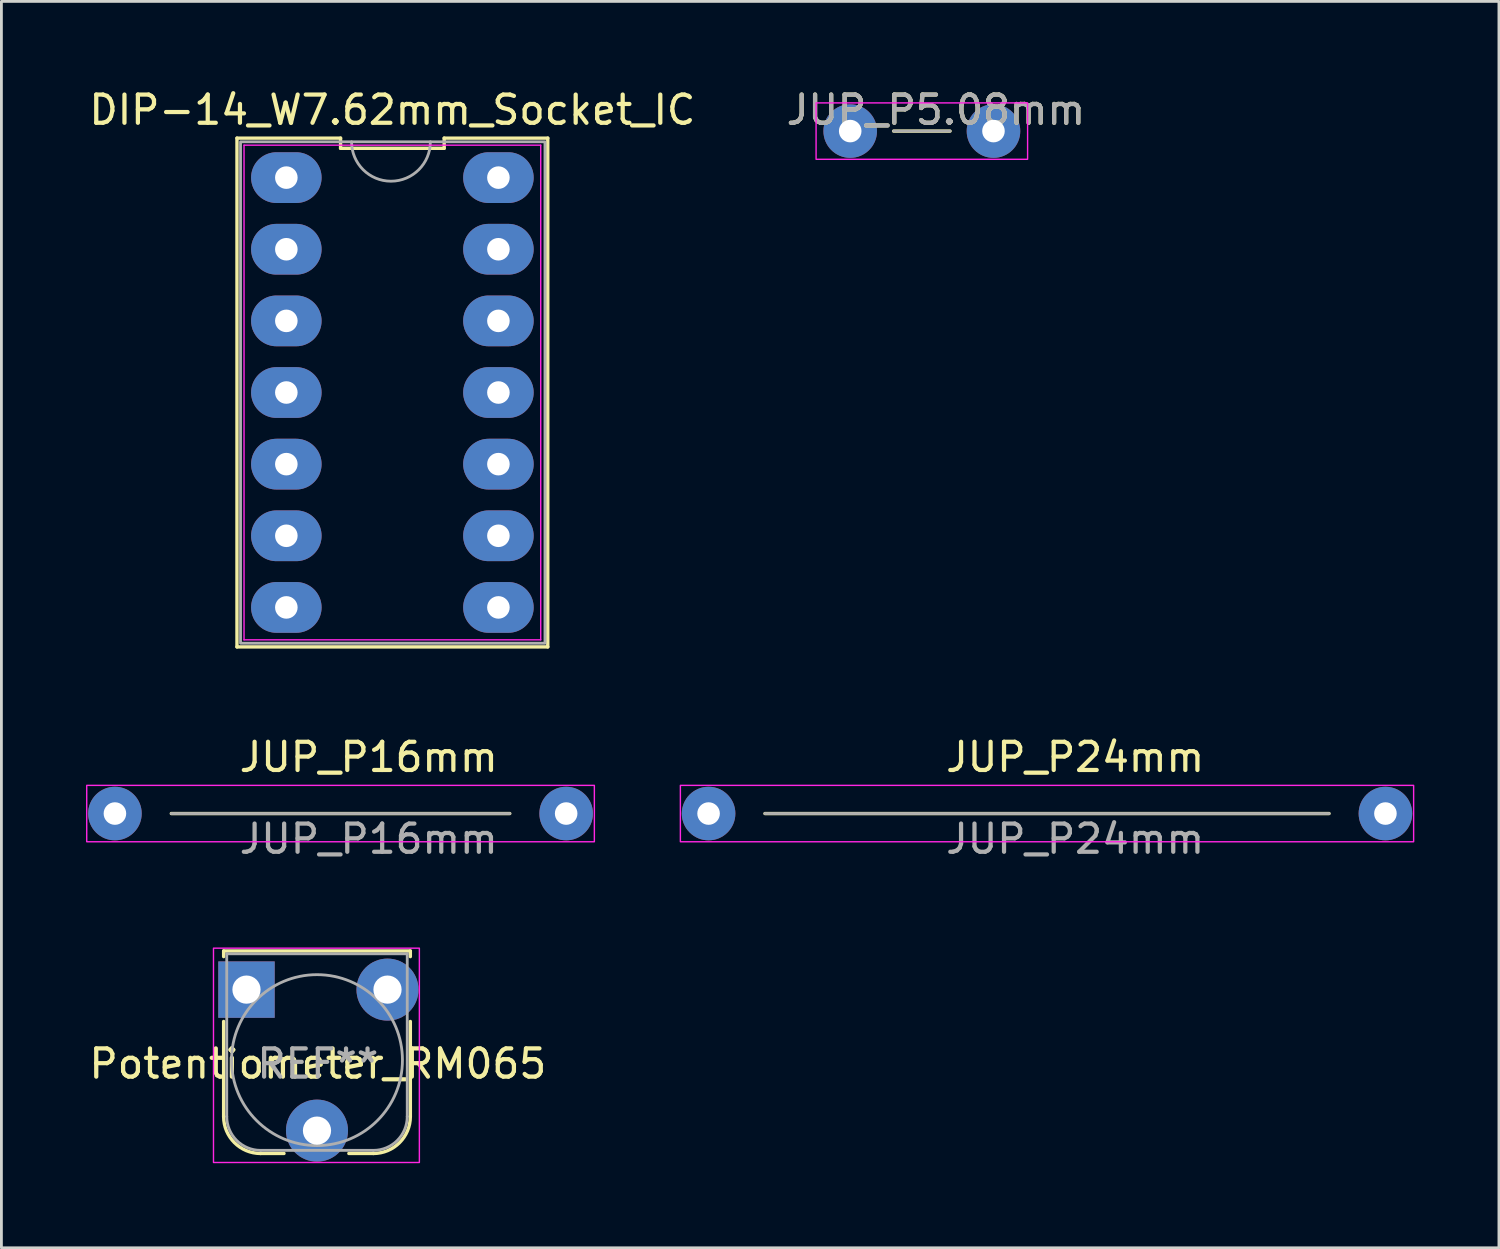
<source format=kicad_pcb>
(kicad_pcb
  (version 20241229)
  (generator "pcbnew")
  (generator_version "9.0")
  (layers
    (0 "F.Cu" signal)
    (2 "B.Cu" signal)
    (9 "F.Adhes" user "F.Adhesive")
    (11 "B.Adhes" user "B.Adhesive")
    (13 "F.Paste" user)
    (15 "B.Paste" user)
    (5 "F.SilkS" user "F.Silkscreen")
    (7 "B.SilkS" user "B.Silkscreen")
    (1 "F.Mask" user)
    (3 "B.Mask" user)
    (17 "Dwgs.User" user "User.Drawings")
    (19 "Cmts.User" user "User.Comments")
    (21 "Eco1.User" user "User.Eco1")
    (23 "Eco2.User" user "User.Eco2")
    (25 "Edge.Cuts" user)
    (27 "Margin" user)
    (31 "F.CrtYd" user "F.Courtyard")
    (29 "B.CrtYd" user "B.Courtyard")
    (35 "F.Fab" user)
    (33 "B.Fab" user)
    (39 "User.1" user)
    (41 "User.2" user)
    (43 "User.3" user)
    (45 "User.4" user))
  (footprint "JUP_P16mm"
    (layer "F.Cu")
    (at 9.025 25.797)
    (property "Reference" "JUP_P16mm" (at 1 -2 0) (unlocked yes) (layer "F.SilkS") (effects (font (size 1 1) (thickness 0.15))))
    (attr through_hole)
    (fp_line (start -6 0) (end 6 0) (stroke (width 0.12) (type solid)) (layer "F.SilkS"))
    (fp_rect (start -9 -1) (end 9 1) (stroke (width 0.05) (type solid)) (fill no) (layer "F.CrtYd"))
    (fp_line (start -6 0) (end 6 0) (stroke (width 0.1) (type solid)) (layer "F.Fab"))
    (fp_text user "${REFERENCE}" (at 1 0.9 0) (unlocked yes) (layer "F.Fab") (effects (font (size 1 1) (thickness 0.15))))
    (pad "1" thru_hole circle (at -8 0) (size 1.9 1.9) (drill 0.8) (layers "*.Cu" "*.Mask"))
    (pad "2" thru_hole circle (at 8 0) (size 1.9 1.9) (drill 0.8) (layers "*.Cu" "*.Mask")))
  (footprint "DIP-14_W7.62mm_Socket_IC"
    (layer "F.Cu")
    (at 10.813 3.248)
    (property "Reference" "DIP-14_W7.62mm_Socket_IC" (at 0.05 -2.4 0) (layer "F.SilkS") (effects (font (size 1 1) (thickness 0.15))))
    (fp_line (start -5.46 16.64) (end 5.56 16.64) (stroke (width 0.12) (type solid)) (layer "F.SilkS"))
    (fp_line (start -5.46 -1.4) (end -5.46 16.64) (stroke (width 0.12) (type solid)) (layer "F.SilkS"))
    (fp_line (start -1.787 -1.4) (end -5.46 -1.4) (stroke (width 0.12) (type solid)) (layer "F.SilkS"))
    (fp_line (start -1.787 -1.04) (end -1.787 -1.4) (stroke (width 0.12) (type solid)) (layer "F.SilkS"))
    (fp_line (start 1.887 -1.4) (end 1.887 -1.04) (stroke (width 0.12) (type solid)) (layer "F.SilkS"))
    (fp_line (start 1.887 -1.04) (end -1.787 -1.04) (stroke (width 0.12) (type solid)) (layer "F.SilkS"))
    (fp_line (start 5.56 16.64) (end 5.56 -1.4) (stroke (width 0.12) (type solid)) (layer "F.SilkS"))
    (fp_line (start 5.56 -1.4) (end 1.887 -1.4) (stroke (width 0.12) (type solid)) (layer "F.SilkS"))
    (fp_line (start -5.21 -1.15) (end 5.31 -1.15) (stroke (width 0.05) (type solid)) (layer "F.CrtYd"))
    (fp_line (start -5.21 16.39) (end -5.21 -1.15) (stroke (width 0.05) (type solid)) (layer "F.CrtYd"))
    (fp_line (start 5.31 -1.15) (end 5.31 16.39) (stroke (width 0.05) (type solid)) (layer "F.CrtYd"))
    (fp_line (start 5.31 16.39) (end -5.21 16.39) (stroke (width 0.05) (type solid)) (layer "F.CrtYd"))
    (fp_rect (start -5.334 -1.27) (end 5.461 16.51) (stroke (width 0.1) (type solid)) (fill no) (layer "F.Fab"))
    (fp_arc (start 1.397 -1.27) (mid 0 0.127) (end -1.397 -1.27) (stroke (width 0.1) (type solid)) (layer "F.Fab"))
    (pad "1" thru_hole oval (at -3.71 0 270) (size 1.8 2.5) (drill 0.8) (layers "*.Cu" "*.Mask"))
    (pad "2" thru_hole oval (at -3.71 2.54 270) (size 1.8 2.5) (drill 0.8) (layers "*.Cu" "*.Mask"))
    (pad "3" thru_hole oval (at -3.71 5.08 270) (size 1.8 2.5) (drill 0.8) (layers "*.Cu" "*.Mask"))
    (pad "4" thru_hole oval (at -3.71 7.62 270) (size 1.8 2.5) (drill 0.8) (layers "*.Cu" "*.Mask"))
    (pad "5" thru_hole oval (at -3.71 10.16 270) (size 1.8 2.5) (drill 0.8) (layers "*.Cu" "*.Mask"))
    (pad "6" thru_hole oval (at -3.71 12.7 270) (size 1.8 2.5) (drill 0.8) (layers "*.Cu" "*.Mask"))
    (pad "7" thru_hole oval (at -3.71 15.24 270) (size 1.8 2.5) (drill 0.8) (layers "*.Cu" "*.Mask"))
    (pad "8" thru_hole oval (at 3.81 15.24 270) (size 1.8 2.5) (drill 0.8) (layers "*.Cu" "*.Mask"))
    (pad "9" thru_hole oval (at 3.81 12.7 270) (size 1.8 2.5) (drill 0.8) (layers "*.Cu" "*.Mask"))
    (pad "10" thru_hole oval (at 3.81 10.16 270) (size 1.8 2.5) (drill 0.8) (layers "*.Cu" "*.Mask"))
    (pad "11" thru_hole oval (at 3.81 7.62 270) (size 1.8 2.5) (drill 0.8) (layers "*.Cu" "*.Mask"))
    (pad "12" thru_hole oval (at 3.81 5.08 270) (size 1.8 2.5) (drill 0.8) (layers "*.Cu" "*.Mask"))
    (pad "13" thru_hole oval (at 3.81 2.54 270) (size 1.8 2.5) (drill 0.8) (layers "*.Cu" "*.Mask"))
    (pad "14" thru_hole oval (at 3.81 0 270) (size 1.8 2.5) (drill 0.8) (layers "*.Cu" "*.Mask")))
  (footprint "JUP_P5.08mm"
    (layer "F.Cu")
    (at 29.637 1.598)
    (property "Reference" "JUP_P5.08mm" (at 0.5 -0.75 0) (unlocked yes) (layer "F.SilkS") (effects (font (size 1 1) (thickness 0.15))))
    (attr through_hole)
    (fp_line (start -1 0) (end 1 0) (stroke (width 0.12) (type solid)) (layer "F.SilkS"))
    (fp_rect (start -3.75 -1) (end 3.75 1) (stroke (width 0.05) (type solid)) (fill no) (layer "F.CrtYd"))
    (fp_line (start -1 0) (end 1 0) (stroke (width 0.1) (type solid)) (layer "F.Fab"))
    (fp_text user "${REFERENCE}" (at 0.5 -0.75 0) (unlocked yes) (layer "F.Fab") (effects (font (size 1 1) (thickness 0.15))))
    (pad "1" thru_hole circle (at -2.54 0) (size 1.9 1.9) (drill 0.8) (layers "*.Cu" "*.Mask"))
    (pad "2" thru_hole circle (at 2.54 0) (size 1.9 1.9) (drill 0.8) (layers "*.Cu" "*.Mask")))
  (footprint "JUP_P24mm"
    (layer "F.Cu")
    (at 34.075 25.797)
    (property "Reference" "JUP_P24mm" (at 1 -2 0) (unlocked yes) (layer "F.SilkS") (effects (font (size 1 1) (thickness 0.15))))
    (attr through_hole)
    (fp_line (start -10 0) (end 10 0) (stroke (width 0.12) (type solid)) (layer "F.SilkS"))
    (fp_rect (start -13 -1) (end 13 1) (stroke (width 0.05) (type solid)) (fill no) (layer "F.CrtYd"))
    (fp_line (start -10 0) (end 10 0) (stroke (width 0.1) (type solid)) (layer "F.Fab"))
    (fp_text user "${REFERENCE}" (at 1 0.9 0) (unlocked yes) (layer "F.Fab") (effects (font (size 1 1) (thickness 0.15))))
    (pad "1" thru_hole circle (at -12 0) (size 1.9 1.9) (drill 0.8) (layers "*.Cu" "*.Mask"))
    (pad "2" thru_hole circle (at 12 0) (size 1.9 1.9) (drill 0.8) (layers "*.Cu" "*.Mask")))
  (footprint "Potentiometer_RM065"
    (layer "F.Cu")
    (at 8.22 34.07)
    (property "Reference" "Potentiometer_RM065" (at 0 0.6 0) (unlocked yes) (layer "F.SilkS") (effects (font (size 1 1) (thickness 0.15))))
    (attr through_hole)
    (fp_line (start -3.34 -3.4) (end -3.34 -3.2) (stroke (width 0.12) (type solid)) (layer "F.SilkS"))
    (fp_line (start -3.34 -3.4) (end 3.28 -3.4) (stroke (width 0.12) (type solid)) (layer "F.SilkS"))
    (fp_line (start -3.34 2.47) (end -3.34 -0.9) (stroke (width 0.12) (type solid)) (layer "F.SilkS"))
    (fp_line (start -1.2 3.78) (end -2.03 3.78) (stroke (width 0.12) (type solid)) (layer "F.SilkS"))
    (fp_line (start 1.97 3.78) (end 1.1 3.78) (stroke (width 0.12) (type solid)) (layer "F.SilkS"))
    (fp_line (start 3.28 -3.4) (end 3.28 -3.2) (stroke (width 0.12) (type solid)) (layer "F.SilkS"))
    (fp_line (start 3.28 -0.9) (end 3.28 2.47) (stroke (width 0.12) (type solid)) (layer "F.SilkS"))
    (fp_arc (start -2.03 3.78) (mid -2.95631 3.39631) (end -3.34 2.47) (stroke (width 0.12) (type solid)) (layer "F.SilkS"))
    (fp_arc (start 3.28 2.47) (mid 2.89631 3.39631) (end 1.97 3.78) (stroke (width 0.12) (type solid)) (layer "F.SilkS"))
    (fp_rect (start -3.7 -3.5) (end 3.6 4.1) (stroke (width 0.05) (type solid)) (fill no) (layer "F.CrtYd"))
    (fp_line (start -3.23 2.47) (end -3.23 -3.3) (stroke (width 0.1) (type solid)) (layer "F.Fab"))
    (fp_line (start -2.03 3.67) (end 1.97 3.67) (stroke (width 0.1) (type solid)) (layer "F.Fab"))
    (fp_line (start 3.17 -3.3) (end -3.23 -3.3) (stroke (width 0.1) (type solid)) (layer "F.Fab"))
    (fp_line (start 3.17 2.47) (end 3.17 -3.3) (stroke (width 0.1) (type solid)) (layer "F.Fab"))
    (fp_arc (start -2.03 3.67) (mid -2.878528 3.318528) (end -3.23 2.47) (stroke (width 0.1) (type solid)) (layer "F.Fab"))
    (fp_arc (start 3.17 2.47) (mid 2.818528 3.318528) (end 1.97 3.67) (stroke (width 0.1) (type solid)) (layer "F.Fab"))
    (fp_circle (center -0.03 0.47) (end 3 0.5) (stroke (width 0.1) (type solid)) (fill no) (layer "F.Fab"))
    (fp_text user "REF**" (at 0 0.6 0) (unlocked yes) (layer "F.Fab") (effects (font (size 1 1) (thickness 0.15))))
    (pad "1" thru_hole rect (at -2.53 -2.03) (size 2 2) (drill 1) (layers "*.Cu" "*.Mask"))
    (pad "2" thru_hole circle (at -0.03 2.97) (size 2.2 2.2) (drill 1) (layers "*.Cu" "*.Mask"))
    (pad "3" thru_hole circle (at 2.47 -2.03) (size 2.2 2.2) (drill 1) (layers "*.Cu" "*.Mask")))
  (gr_rect
    (start -3 -3)
    (end 50.1 41.195)
    (stroke (width 0.1) (type default))
    (fill no)
    (layer "Edge.Cuts")))
</source>
